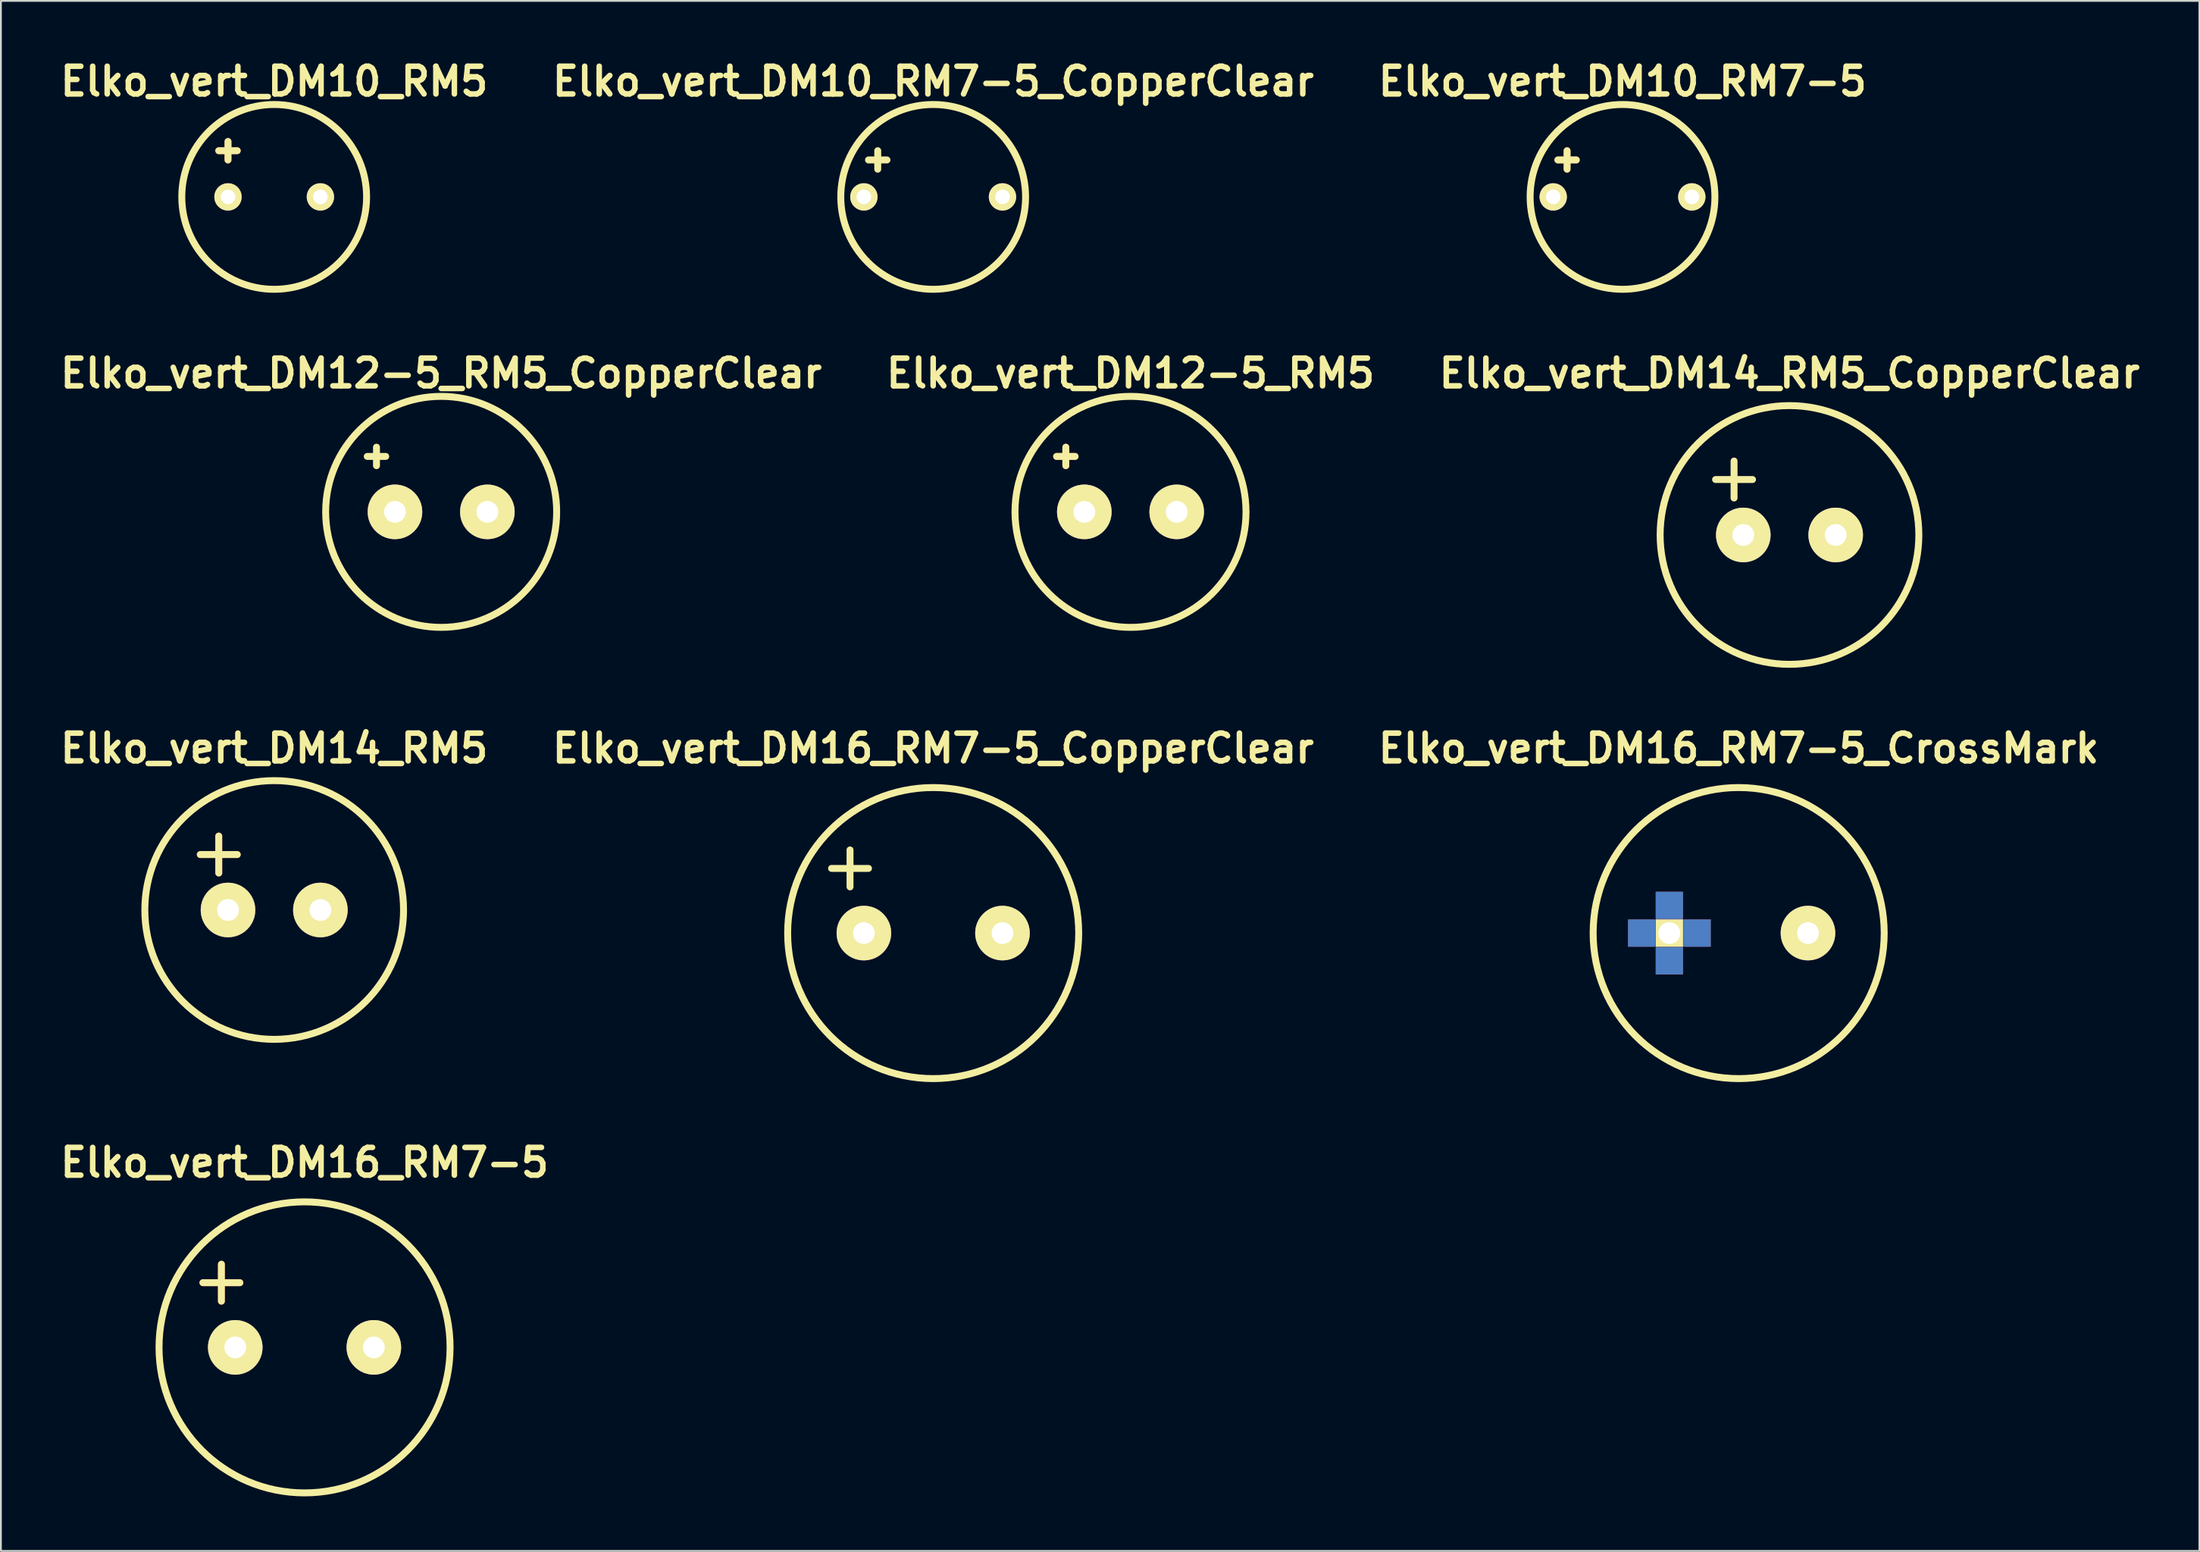
<source format=kicad_pcb>
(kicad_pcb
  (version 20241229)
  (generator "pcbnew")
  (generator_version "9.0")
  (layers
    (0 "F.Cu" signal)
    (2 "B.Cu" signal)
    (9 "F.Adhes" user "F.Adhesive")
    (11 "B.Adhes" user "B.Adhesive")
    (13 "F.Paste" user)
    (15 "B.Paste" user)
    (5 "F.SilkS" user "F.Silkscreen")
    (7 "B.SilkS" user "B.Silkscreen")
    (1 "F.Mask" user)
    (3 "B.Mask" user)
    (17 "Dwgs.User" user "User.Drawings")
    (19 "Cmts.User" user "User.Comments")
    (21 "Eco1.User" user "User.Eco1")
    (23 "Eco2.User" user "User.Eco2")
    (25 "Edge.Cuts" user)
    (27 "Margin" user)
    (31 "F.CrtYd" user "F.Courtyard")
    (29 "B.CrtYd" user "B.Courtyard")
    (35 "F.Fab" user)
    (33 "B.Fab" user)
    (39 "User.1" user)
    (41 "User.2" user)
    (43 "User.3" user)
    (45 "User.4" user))
  (footprint "Elko_vert_DM16_RM7-5_CopperClear"
    (layer "F.Cu")
    (at 48.256 48.252)
    (property "Reference" "Elko_vert_DM16_RM7-5_CopperClear" (at 0 -10.16 0) (layer "F.SilkS") (effects (font (size 1.524 1.524) (thickness 0.305))))
    (attr through_hole)
    (fp_line (start -5.588 -3.556) (end -3.556 -3.556) (stroke (width 0.381) (type solid)) (layer "F.SilkS"))
    (fp_line (start -4.572 -4.572) (end -4.572 -2.54) (stroke (width 0.381) (type solid)) (layer "F.SilkS"))
    (fp_circle (center 0 0) (end 8.001 0) (stroke (width 0.381) (type solid)) (fill no) (layer "F.SilkS"))
    (pad "1" thru_hole circle (at -3.81 0) (size 3 3) (drill 1.199) (layers "*.Cu" "*.Mask" "F.SilkS"))
    (pad "2" thru_hole circle (at 3.81 0) (size 3 3) (drill 1.199) (layers "*.Cu" "*.Mask" "F.SilkS")))
  (footprint "Elko_vert_DM16_RM7-5"
    (layer "F.Cu")
    (at 13.694 71.03)
    (property "Reference" "Elko_vert_DM16_RM7-5" (at 0 -10.16 0) (layer "F.SilkS") (effects (font (size 1.524 1.524) (thickness 0.305))))
    (attr through_hole)
    (fp_line (start -5.588 -3.556) (end -3.556 -3.556) (stroke (width 0.381) (type solid)) (layer "F.Cu"))
    (fp_line (start -4.572 -4.572) (end -4.572 -4.064) (stroke (width 0.381) (type solid)) (layer "F.Cu"))
    (fp_line (start -4.572 -4.064) (end -4.572 -3.556) (stroke (width 0.381) (type solid)) (layer "F.Cu"))
    (fp_line (start -4.572 -3.556) (end -4.572 -3.048) (stroke (width 0.381) (type solid)) (layer "F.Cu"))
    (fp_line (start -4.572 -3.048) (end -4.572 -2.54) (stroke (width 0.381) (type solid)) (layer "F.Cu"))
    (fp_line (start -5.588 -3.556) (end -3.556 -3.556) (stroke (width 0.381) (type solid)) (layer "F.SilkS"))
    (fp_line (start -4.572 -4.572) (end -4.572 -2.54) (stroke (width 0.381) (type solid)) (layer "F.SilkS"))
    (fp_circle (center 0 0) (end 8.001 0) (stroke (width 0.381) (type solid)) (fill no) (layer "F.SilkS"))
    (pad "1" thru_hole circle (at -3.81 0) (size 3 3) (drill 1.199) (layers "*.Cu" "*.Mask" "F.SilkS"))
    (pad "2" thru_hole circle (at 3.81 0) (size 3 3) (drill 1.199) (layers "*.Cu" "*.Mask" "F.SilkS")))
  (footprint "Elko_vert_DM14_RM5_CopperClear"
    (layer "F.Cu")
    (at 95.335 26.363)
    (property "Reference" "Elko_vert_DM14_RM5_CopperClear" (at 0 -8.89 0) (layer "F.SilkS") (effects (font (size 1.524 1.524) (thickness 0.305))))
    (attr through_hole)
    (fp_line (start -4.064 -3.048) (end -2.032 -3.048) (stroke (width 0.381) (type solid)) (layer "F.SilkS"))
    (fp_line (start -3.048 -4.064) (end -3.048 -2.032) (stroke (width 0.381) (type solid)) (layer "F.SilkS"))
    (fp_circle (center 0 0) (end 7.112 0) (stroke (width 0.381) (type solid)) (fill no) (layer "F.SilkS"))
    (pad "1" thru_hole circle (at -2.54 0) (size 3 3) (drill 1.199) (layers "*.Cu" "*.Mask" "F.SilkS"))
    (pad "2" thru_hole circle (at 2.54 0) (size 3 3) (drill 1.199) (layers "*.Cu" "*.Mask" "F.SilkS")))
  (footprint "Elko_vert_DM10_RM5"
    (layer "F.Cu")
    (at 12.025 7.776)
    (property "Reference" "Elko_vert_DM10_RM5" (at 0 -6.35 0) (layer "F.SilkS") (effects (font (size 1.524 1.524) (thickness 0.305))))
    (attr through_hole)
    (fp_line (start -3.048 -2.54) (end -2.032 -2.54) (stroke (width 0.381) (type solid)) (layer "F.Cu"))
    (fp_line (start -2.54 -3.048) (end -2.54 -2.032) (stroke (width 0.381) (type solid)) (layer "F.Cu"))
    (fp_line (start -3.048 -2.54) (end -2.032 -2.54) (stroke (width 0.381) (type solid)) (layer "F.SilkS"))
    (fp_line (start -2.54 -3.048) (end -2.54 -2.032) (stroke (width 0.381) (type solid)) (layer "F.SilkS"))
    (fp_circle (center 0 0) (end 5.08 0) (stroke (width 0.381) (type solid)) (fill no) (layer "F.SilkS"))
    (pad "1" thru_hole circle (at -2.54 0) (size 1.501 1.501) (drill 0.8) (layers "*.Cu" "*.Mask" "F.SilkS"))
    (pad "2" thru_hole circle (at 2.54 0) (size 1.501 1.501) (drill 0.8) (layers "*.Cu" "*.Mask" "F.SilkS")))
  (footprint "Elko_vert_DM14_RM5"
    (layer "F.Cu")
    (at 12.025 46.982)
    (property "Reference" "Elko_vert_DM14_RM5" (at 0 -8.89 0) (layer "F.SilkS") (effects (font (size 1.524 1.524) (thickness 0.305))))
    (attr through_hole)
    (fp_line (start -4.064 -3.048) (end -2.032 -3.048) (stroke (width 0.381) (type solid)) (layer "F.Cu"))
    (fp_line (start -3.048 -2.032) (end -3.048 -4.064) (stroke (width 0.381) (type solid)) (layer "F.Cu"))
    (fp_line (start -4.064 -3.048) (end -2.032 -3.048) (stroke (width 0.381) (type solid)) (layer "F.SilkS"))
    (fp_line (start -3.048 -4.064) (end -3.048 -2.032) (stroke (width 0.381) (type solid)) (layer "F.SilkS"))
    (fp_circle (center 0 0) (end 7.112 0) (stroke (width 0.381) (type solid)) (fill no) (layer "F.SilkS"))
    (pad "1" thru_hole circle (at -2.54 0) (size 3 3) (drill 1.199) (layers "*.Cu" "*.Mask" "F.SilkS"))
    (pad "2" thru_hole circle (at 2.54 0) (size 3 3) (drill 1.199) (layers "*.Cu" "*.Mask" "F.SilkS")))
  (footprint "Elko_vert_DM12-5_RM5_CopperClear"
    (layer "F.Cu")
    (at 21.205 25.093)
    (property "Reference" "Elko_vert_DM12-5_RM5_CopperClear" (at 0 -7.62 0) (layer "F.SilkS") (effects (font (size 1.524 1.524) (thickness 0.305))))
    (attr through_hole)
    (fp_line (start -4.064 -3.048) (end -3.048 -3.048) (stroke (width 0.381) (type solid)) (layer "F.SilkS"))
    (fp_line (start -3.556 -3.556) (end -3.556 -2.54) (stroke (width 0.381) (type solid)) (layer "F.SilkS"))
    (fp_circle (center 0 0) (end 6.35 0) (stroke (width 0.381) (type solid)) (fill no) (layer "F.SilkS"))
    (pad "1" thru_hole circle (at -2.54 0) (size 3 3) (drill 1.199) (layers "*.Cu" "*.Mask" "F.SilkS"))
    (pad "2" thru_hole circle (at 2.54 0) (size 3 3) (drill 1.199) (layers "*.Cu" "*.Mask" "F.SilkS")))
  (footprint "Elko_vert_DM10_RM7-5_CopperClear"
    (layer "F.Cu")
    (at 48.256 7.776)
    (property "Reference" "Elko_vert_DM10_RM7-5_CopperClear" (at 0 -6.35 0) (layer "F.SilkS") (effects (font (size 1.524 1.524) (thickness 0.305))))
    (attr through_hole)
    (fp_line (start -3.556 -2.032) (end -2.54 -2.032) (stroke (width 0.381) (type solid)) (layer "F.SilkS"))
    (fp_line (start -3.048 -2.54) (end -3.048 -1.524) (stroke (width 0.381) (type solid)) (layer "F.SilkS"))
    (fp_circle (center 0 0) (end 5.08 0) (stroke (width 0.381) (type solid)) (fill no) (layer "F.SilkS"))
    (pad "1" thru_hole circle (at -3.81 0) (size 1.501 1.501) (drill 0.8) (layers "*.Cu" "*.Mask" "F.SilkS"))
    (pad "2" thru_hole circle (at 3.81 0) (size 1.501 1.501) (drill 0.8) (layers "*.Cu" "*.Mask" "F.SilkS")))
  (footprint "Elko_vert_DM10_RM7-5"
    (layer "F.Cu")
    (at 86.155 7.776)
    (property "Reference" "Elko_vert_DM10_RM7-5" (at 0 -6.35 0) (layer "F.SilkS") (effects (font (size 1.524 1.524) (thickness 0.305))))
    (attr through_hole)
    (fp_line (start -3.556 -2.032) (end -2.54 -2.032) (stroke (width 0.381) (type solid)) (layer "F.Cu"))
    (fp_line (start -3.048 -2.54) (end -3.048 -1.524) (stroke (width 0.381) (type solid)) (layer "F.Cu"))
    (fp_line (start -3.556 -2.032) (end -2.54 -2.032) (stroke (width 0.381) (type solid)) (layer "F.SilkS"))
    (fp_line (start -3.048 -2.54) (end -3.048 -1.524) (stroke (width 0.381) (type solid)) (layer "F.SilkS"))
    (fp_circle (center 0 0) (end 5.08 0) (stroke (width 0.381) (type solid)) (fill no) (layer "F.SilkS"))
    (pad "1" thru_hole circle (at -3.81 0) (size 1.501 1.501) (drill 0.8) (layers "*.Cu" "*.Mask" "F.SilkS"))
    (pad "2" thru_hole circle (at 3.81 0) (size 1.501 1.501) (drill 0.8) (layers "*.Cu" "*.Mask" "F.SilkS")))
  (footprint "Elko_vert_DM12-5_RM5"
    (layer "F.Cu")
    (at 59.105 25.093)
    (property "Reference" "Elko_vert_DM12-5_RM5" (at 0 -7.62 0) (layer "F.SilkS") (effects (font (size 1.524 1.524) (thickness 0.305))))
    (attr through_hole)
    (fp_line (start -4.064 -3.048) (end -3.048 -3.048) (stroke (width 0.381) (type solid)) (layer "F.Cu"))
    (fp_line (start -3.556 -3.556) (end -3.556 -2.54) (stroke (width 0.381) (type solid)) (layer "F.Cu"))
    (fp_line (start -4.064 -3.048) (end -3.048 -3.048) (stroke (width 0.381) (type solid)) (layer "F.SilkS"))
    (fp_line (start -3.556 -3.556) (end -3.556 -2.54) (stroke (width 0.381) (type solid)) (layer "F.SilkS"))
    (fp_circle (center 0 0) (end 6.35 0) (stroke (width 0.381) (type solid)) (fill no) (layer "F.SilkS"))
    (pad "1" thru_hole circle (at -2.54 0) (size 3 3) (drill 1.199) (layers "*.Cu" "*.Mask" "F.SilkS"))
    (pad "2" thru_hole circle (at 2.54 0) (size 3 3) (drill 1.199) (layers "*.Cu" "*.Mask" "F.SilkS")))
  (footprint "Elko_vert_DM16_RM7-5_CrossMark"
    (layer "F.Cu")
    (at 92.541 48.252)
    (property "Reference" "Elko_vert_DM16_RM7-5_CrossMark" (at 0 -10.16 0) (layer "F.SilkS") (effects (font (size 1.524 1.524) (thickness 0.305))))
    (attr through_hole)
    (fp_circle (center 0 0) (end 8.001 0) (stroke (width 0.381) (type solid)) (fill no) (layer "F.SilkS"))
    (pad "1" thru_hole rect (at -3.81 0) (size 1.501 1.501) (drill 1.199) (layers "*.Cu" "*.Mask" "F.SilkS"))
    (pad "2" thru_hole circle (at 3.81 0) (size 3 3) (drill 1.199) (layers "*.Cu" "*.Mask" "F.SilkS"))
    (pad "~" smd rect (at -5.334 0) (size 1.501 1.501) (layers "*.Cu" "F.Mask" "F.Paste"))
    (pad "~" smd rect (at -3.81 -1.524) (size 1.501 1.501) (layers "*.Cu" "F.Mask" "F.Paste"))
    (pad "~" smd rect (at -3.81 1.524) (size 1.501 1.501) (layers "*.Cu" "F.Mask" "F.Paste"))
    (pad "~" smd rect (at -2.286 0) (size 1.501 1.501) (layers "*.Cu" "F.Mask" "F.Paste")))
  (gr_rect
    (start -3 -3)
    (end 117.872 82.222)
    (stroke (width 0.1) (type default))
    (fill no)
    (layer "Edge.Cuts")))
</source>
